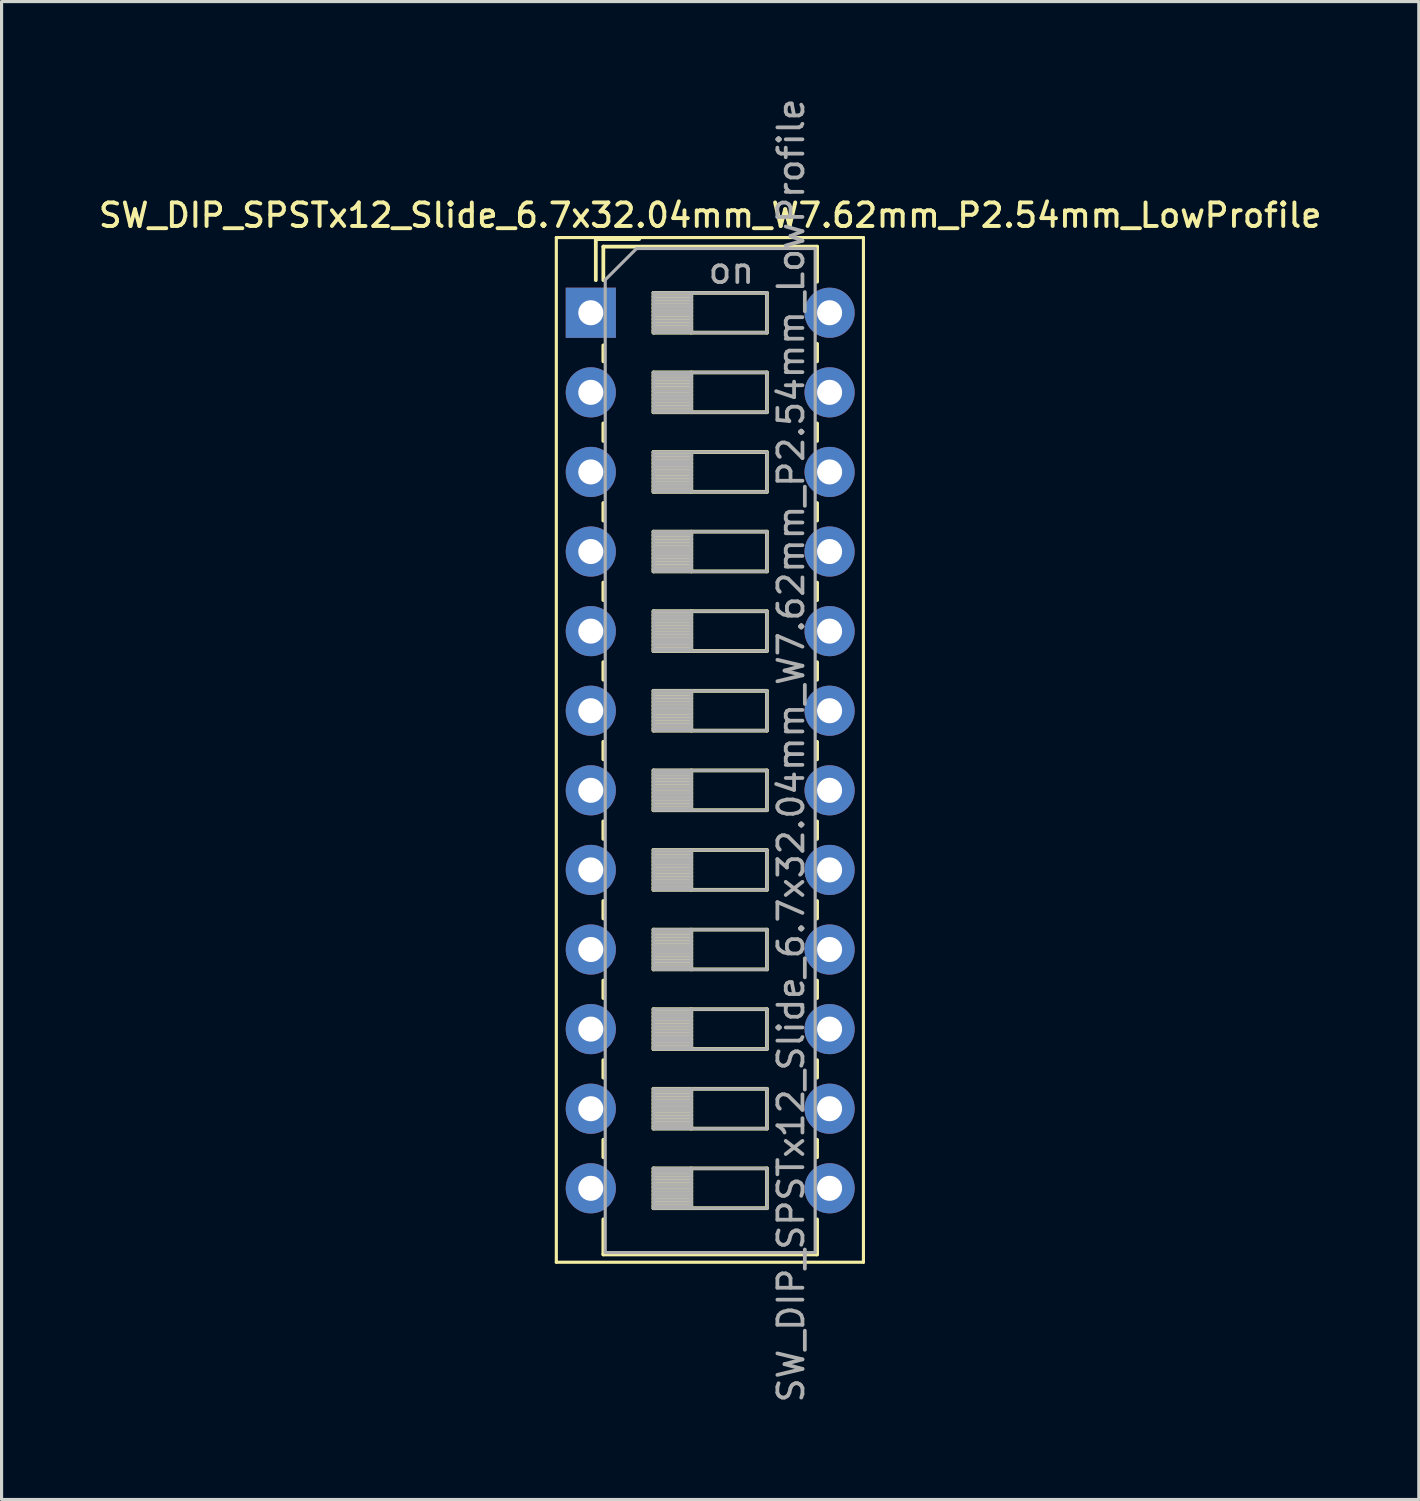
<source format=kicad_pcb>
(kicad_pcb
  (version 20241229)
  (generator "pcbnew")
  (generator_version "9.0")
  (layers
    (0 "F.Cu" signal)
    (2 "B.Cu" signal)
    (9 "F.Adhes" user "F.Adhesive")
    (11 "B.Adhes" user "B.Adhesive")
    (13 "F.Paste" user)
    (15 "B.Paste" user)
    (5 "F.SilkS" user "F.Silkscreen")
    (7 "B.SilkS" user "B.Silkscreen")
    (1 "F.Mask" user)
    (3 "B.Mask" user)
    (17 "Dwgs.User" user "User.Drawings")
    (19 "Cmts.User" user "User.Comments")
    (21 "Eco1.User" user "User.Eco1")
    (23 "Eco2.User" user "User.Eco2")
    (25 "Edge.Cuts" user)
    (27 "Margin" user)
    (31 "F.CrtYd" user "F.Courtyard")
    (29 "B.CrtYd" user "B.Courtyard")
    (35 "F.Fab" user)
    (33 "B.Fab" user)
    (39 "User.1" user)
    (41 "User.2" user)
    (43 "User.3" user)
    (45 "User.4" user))
  (footprint "SW_DIP_SPSTx12_Slide_6.7x32.04mm_W7.62mm_P2.54mm_LowProfile"
    (layer "F.Cu")
    (at 15.803 6.93)
    (property "Reference" "SW_DIP_SPSTx12_Slide_6.7x32.04mm_W7.62mm_P2.54mm_LowProfile" (at 3.81 -3.11 0) (layer "F.SilkS") (effects (font (size 0.75 0.75) (thickness 0.125))))
    (attr through_hole)
    (fp_line (start -1.1 -2.4) (end -1.1 30.3) (stroke (width 0.1) (type solid)) (layer "F.SilkS"))
    (fp_line (start -1.1 30.3) (end 8.7 30.3) (stroke (width 0.1) (type solid)) (layer "F.SilkS"))
    (fp_line (start 0.16 -2.35) (end 0.16 -1.04) (stroke (width 0.12) (type solid)) (layer "F.SilkS"))
    (fp_line (start 0.16 -2.35) (end 1.543 -2.35) (stroke (width 0.12) (type solid)) (layer "F.SilkS"))
    (fp_line (start 0.4 -2.11) (end 0.4 -1.04) (stroke (width 0.12) (type solid)) (layer "F.SilkS"))
    (fp_line (start 0.4 -2.11) (end 7.221 -2.11) (stroke (width 0.12) (type solid)) (layer "F.SilkS"))
    (fp_line (start 0.4 1.04) (end 0.4 1.551) (stroke (width 0.12) (type solid)) (layer "F.SilkS"))
    (fp_line (start 0.4 3.53) (end 0.4 4.091) (stroke (width 0.12) (type solid)) (layer "F.SilkS"))
    (fp_line (start 0.4 6.07) (end 0.4 6.631) (stroke (width 0.12) (type solid)) (layer "F.SilkS"))
    (fp_line (start 0.4 8.61) (end 0.4 9.17) (stroke (width 0.12) (type solid)) (layer "F.SilkS"))
    (fp_line (start 0.4 11.15) (end 0.4 11.71) (stroke (width 0.12) (type solid)) (layer "F.SilkS"))
    (fp_line (start 0.4 13.69) (end 0.4 14.25) (stroke (width 0.12) (type solid)) (layer "F.SilkS"))
    (fp_line (start 0.4 16.23) (end 0.4 16.79) (stroke (width 0.12) (type solid)) (layer "F.SilkS"))
    (fp_line (start 0.4 18.77) (end 0.4 19.33) (stroke (width 0.12) (type solid)) (layer "F.SilkS"))
    (fp_line (start 0.4 21.31) (end 0.4 21.87) (stroke (width 0.12) (type solid)) (layer "F.SilkS"))
    (fp_line (start 0.4 23.85) (end 0.4 24.41) (stroke (width 0.12) (type solid)) (layer "F.SilkS"))
    (fp_line (start 0.4 26.39) (end 0.4 26.95) (stroke (width 0.12) (type solid)) (layer "F.SilkS"))
    (fp_line (start 0.4 28.93) (end 0.4 30.05) (stroke (width 0.12) (type solid)) (layer "F.SilkS"))
    (fp_line (start 0.4 30.05) (end 7.221 30.05) (stroke (width 0.12) (type solid)) (layer "F.SilkS"))
    (fp_line (start 2 -0.635) (end 2 0.635) (stroke (width 0.12) (type solid)) (layer "F.SilkS"))
    (fp_line (start 2 -0.515) (end 3.207 -0.515) (stroke (width 0.12) (type solid)) (layer "F.SilkS"))
    (fp_line (start 2 -0.395) (end 3.207 -0.395) (stroke (width 0.12) (type solid)) (layer "F.SilkS"))
    (fp_line (start 2 -0.275) (end 3.207 -0.275) (stroke (width 0.12) (type solid)) (layer "F.SilkS"))
    (fp_line (start 2 -0.155) (end 3.207 -0.155) (stroke (width 0.12) (type solid)) (layer "F.SilkS"))
    (fp_line (start 2 -0.035) (end 3.207 -0.035) (stroke (width 0.12) (type solid)) (layer "F.SilkS"))
    (fp_line (start 2 0.085) (end 3.207 0.085) (stroke (width 0.12) (type solid)) (layer "F.SilkS"))
    (fp_line (start 2 0.205) (end 3.207 0.205) (stroke (width 0.12) (type solid)) (layer "F.SilkS"))
    (fp_line (start 2 0.325) (end 3.207 0.325) (stroke (width 0.12) (type solid)) (layer "F.SilkS"))
    (fp_line (start 2 0.445) (end 3.207 0.445) (stroke (width 0.12) (type solid)) (layer "F.SilkS"))
    (fp_line (start 2 0.565) (end 3.207 0.565) (stroke (width 0.12) (type solid)) (layer "F.SilkS"))
    (fp_line (start 2 0.635) (end 5.62 0.635) (stroke (width 0.12) (type solid)) (layer "F.SilkS"))
    (fp_line (start 2 1.905) (end 2 3.175) (stroke (width 0.12) (type solid)) (layer "F.SilkS"))
    (fp_line (start 2 2.025) (end 3.207 2.025) (stroke (width 0.12) (type solid)) (layer "F.SilkS"))
    (fp_line (start 2 2.145) (end 3.207 2.145) (stroke (width 0.12) (type solid)) (layer "F.SilkS"))
    (fp_line (start 2 2.265) (end 3.207 2.265) (stroke (width 0.12) (type solid)) (layer "F.SilkS"))
    (fp_line (start 2 2.385) (end 3.207 2.385) (stroke (width 0.12) (type solid)) (layer "F.SilkS"))
    (fp_line (start 2 2.505) (end 3.207 2.505) (stroke (width 0.12) (type solid)) (layer "F.SilkS"))
    (fp_line (start 2 2.625) (end 3.207 2.625) (stroke (width 0.12) (type solid)) (layer "F.SilkS"))
    (fp_line (start 2 2.745) (end 3.207 2.745) (stroke (width 0.12) (type solid)) (layer "F.SilkS"))
    (fp_line (start 2 2.865) (end 3.207 2.865) (stroke (width 0.12) (type solid)) (layer "F.SilkS"))
    (fp_line (start 2 2.985) (end 3.207 2.985) (stroke (width 0.12) (type solid)) (layer "F.SilkS"))
    (fp_line (start 2 3.105) (end 3.207 3.105) (stroke (width 0.12) (type solid)) (layer "F.SilkS"))
    (fp_line (start 2 3.175) (end 5.62 3.175) (stroke (width 0.12) (type solid)) (layer "F.SilkS"))
    (fp_line (start 2 4.445) (end 2 5.715) (stroke (width 0.12) (type solid)) (layer "F.SilkS"))
    (fp_line (start 2 4.565) (end 3.207 4.565) (stroke (width 0.12) (type solid)) (layer "F.SilkS"))
    (fp_line (start 2 4.685) (end 3.207 4.685) (stroke (width 0.12) (type solid)) (layer "F.SilkS"))
    (fp_line (start 2 4.805) (end 3.207 4.805) (stroke (width 0.12) (type solid)) (layer "F.SilkS"))
    (fp_line (start 2 4.925) (end 3.207 4.925) (stroke (width 0.12) (type solid)) (layer "F.SilkS"))
    (fp_line (start 2 5.045) (end 3.207 5.045) (stroke (width 0.12) (type solid)) (layer "F.SilkS"))
    (fp_line (start 2 5.165) (end 3.207 5.165) (stroke (width 0.12) (type solid)) (layer "F.SilkS"))
    (fp_line (start 2 5.285) (end 3.207 5.285) (stroke (width 0.12) (type solid)) (layer "F.SilkS"))
    (fp_line (start 2 5.405) (end 3.207 5.405) (stroke (width 0.12) (type solid)) (layer "F.SilkS"))
    (fp_line (start 2 5.525) (end 3.207 5.525) (stroke (width 0.12) (type solid)) (layer "F.SilkS"))
    (fp_line (start 2 5.645) (end 3.207 5.645) (stroke (width 0.12) (type solid)) (layer "F.SilkS"))
    (fp_line (start 2 5.715) (end 5.62 5.715) (stroke (width 0.12) (type solid)) (layer "F.SilkS"))
    (fp_line (start 2 6.985) (end 2 8.255) (stroke (width 0.12) (type solid)) (layer "F.SilkS"))
    (fp_line (start 2 7.105) (end 3.207 7.105) (stroke (width 0.12) (type solid)) (layer "F.SilkS"))
    (fp_line (start 2 7.225) (end 3.207 7.225) (stroke (width 0.12) (type solid)) (layer "F.SilkS"))
    (fp_line (start 2 7.345) (end 3.207 7.345) (stroke (width 0.12) (type solid)) (layer "F.SilkS"))
    (fp_line (start 2 7.465) (end 3.207 7.465) (stroke (width 0.12) (type solid)) (layer "F.SilkS"))
    (fp_line (start 2 7.585) (end 3.207 7.585) (stroke (width 0.12) (type solid)) (layer "F.SilkS"))
    (fp_line (start 2 7.705) (end 3.207 7.705) (stroke (width 0.12) (type solid)) (layer "F.SilkS"))
    (fp_line (start 2 7.825) (end 3.207 7.825) (stroke (width 0.12) (type solid)) (layer "F.SilkS"))
    (fp_line (start 2 7.945) (end 3.207 7.945) (stroke (width 0.12) (type solid)) (layer "F.SilkS"))
    (fp_line (start 2 8.065) (end 3.207 8.065) (stroke (width 0.12) (type solid)) (layer "F.SilkS"))
    (fp_line (start 2 8.185) (end 3.207 8.185) (stroke (width 0.12) (type solid)) (layer "F.SilkS"))
    (fp_line (start 2 8.255) (end 5.62 8.255) (stroke (width 0.12) (type solid)) (layer "F.SilkS"))
    (fp_line (start 2 9.525) (end 2 10.795) (stroke (width 0.12) (type solid)) (layer "F.SilkS"))
    (fp_line (start 2 9.645) (end 3.207 9.645) (stroke (width 0.12) (type solid)) (layer "F.SilkS"))
    (fp_line (start 2 9.765) (end 3.207 9.765) (stroke (width 0.12) (type solid)) (layer "F.SilkS"))
    (fp_line (start 2 9.885) (end 3.207 9.885) (stroke (width 0.12) (type solid)) (layer "F.SilkS"))
    (fp_line (start 2 10.005) (end 3.207 10.005) (stroke (width 0.12) (type solid)) (layer "F.SilkS"))
    (fp_line (start 2 10.125) (end 3.207 10.125) (stroke (width 0.12) (type solid)) (layer "F.SilkS"))
    (fp_line (start 2 10.245) (end 3.207 10.245) (stroke (width 0.12) (type solid)) (layer "F.SilkS"))
    (fp_line (start 2 10.365) (end 3.207 10.365) (stroke (width 0.12) (type solid)) (layer "F.SilkS"))
    (fp_line (start 2 10.485) (end 3.207 10.485) (stroke (width 0.12) (type solid)) (layer "F.SilkS"))
    (fp_line (start 2 10.605) (end 3.207 10.605) (stroke (width 0.12) (type solid)) (layer "F.SilkS"))
    (fp_line (start 2 10.725) (end 3.207 10.725) (stroke (width 0.12) (type solid)) (layer "F.SilkS"))
    (fp_line (start 2 10.795) (end 5.62 10.795) (stroke (width 0.12) (type solid)) (layer "F.SilkS"))
    (fp_line (start 2 12.065) (end 2 13.335) (stroke (width 0.12) (type solid)) (layer "F.SilkS"))
    (fp_line (start 2 12.185) (end 3.207 12.185) (stroke (width 0.12) (type solid)) (layer "F.SilkS"))
    (fp_line (start 2 12.305) (end 3.207 12.305) (stroke (width 0.12) (type solid)) (layer "F.SilkS"))
    (fp_line (start 2 12.425) (end 3.207 12.425) (stroke (width 0.12) (type solid)) (layer "F.SilkS"))
    (fp_line (start 2 12.545) (end 3.207 12.545) (stroke (width 0.12) (type solid)) (layer "F.SilkS"))
    (fp_line (start 2 12.665) (end 3.207 12.665) (stroke (width 0.12) (type solid)) (layer "F.SilkS"))
    (fp_line (start 2 12.785) (end 3.207 12.785) (stroke (width 0.12) (type solid)) (layer "F.SilkS"))
    (fp_line (start 2 12.905) (end 3.207 12.905) (stroke (width 0.12) (type solid)) (layer "F.SilkS"))
    (fp_line (start 2 13.025) (end 3.207 13.025) (stroke (width 0.12) (type solid)) (layer "F.SilkS"))
    (fp_line (start 2 13.145) (end 3.207 13.145) (stroke (width 0.12) (type solid)) (layer "F.SilkS"))
    (fp_line (start 2 13.265) (end 3.207 13.265) (stroke (width 0.12) (type solid)) (layer "F.SilkS"))
    (fp_line (start 2 13.335) (end 5.62 13.335) (stroke (width 0.12) (type solid)) (layer "F.SilkS"))
    (fp_line (start 2 14.605) (end 2 15.875) (stroke (width 0.12) (type solid)) (layer "F.SilkS"))
    (fp_line (start 2 14.725) (end 3.207 14.725) (stroke (width 0.12) (type solid)) (layer "F.SilkS"))
    (fp_line (start 2 14.845) (end 3.207 14.845) (stroke (width 0.12) (type solid)) (layer "F.SilkS"))
    (fp_line (start 2 14.965) (end 3.207 14.965) (stroke (width 0.12) (type solid)) (layer "F.SilkS"))
    (fp_line (start 2 15.085) (end 3.207 15.085) (stroke (width 0.12) (type solid)) (layer "F.SilkS"))
    (fp_line (start 2 15.205) (end 3.207 15.205) (stroke (width 0.12) (type solid)) (layer "F.SilkS"))
    (fp_line (start 2 15.325) (end 3.207 15.325) (stroke (width 0.12) (type solid)) (layer "F.SilkS"))
    (fp_line (start 2 15.445) (end 3.207 15.445) (stroke (width 0.12) (type solid)) (layer "F.SilkS"))
    (fp_line (start 2 15.565) (end 3.207 15.565) (stroke (width 0.12) (type solid)) (layer "F.SilkS"))
    (fp_line (start 2 15.685) (end 3.207 15.685) (stroke (width 0.12) (type solid)) (layer "F.SilkS"))
    (fp_line (start 2 15.805) (end 3.207 15.805) (stroke (width 0.12) (type solid)) (layer "F.SilkS"))
    (fp_line (start 2 15.875) (end 5.62 15.875) (stroke (width 0.12) (type solid)) (layer "F.SilkS"))
    (fp_line (start 2 17.145) (end 2 18.415) (stroke (width 0.12) (type solid)) (layer "F.SilkS"))
    (fp_line (start 2 17.265) (end 3.207 17.265) (stroke (width 0.12) (type solid)) (layer "F.SilkS"))
    (fp_line (start 2 17.385) (end 3.207 17.385) (stroke (width 0.12) (type solid)) (layer "F.SilkS"))
    (fp_line (start 2 17.505) (end 3.207 17.505) (stroke (width 0.12) (type solid)) (layer "F.SilkS"))
    (fp_line (start 2 17.625) (end 3.207 17.625) (stroke (width 0.12) (type solid)) (layer "F.SilkS"))
    (fp_line (start 2 17.745) (end 3.207 17.745) (stroke (width 0.12) (type solid)) (layer "F.SilkS"))
    (fp_line (start 2 17.865) (end 3.207 17.865) (stroke (width 0.12) (type solid)) (layer "F.SilkS"))
    (fp_line (start 2 17.985) (end 3.207 17.985) (stroke (width 0.12) (type solid)) (layer "F.SilkS"))
    (fp_line (start 2 18.105) (end 3.207 18.105) (stroke (width 0.12) (type solid)) (layer "F.SilkS"))
    (fp_line (start 2 18.225) (end 3.207 18.225) (stroke (width 0.12) (type solid)) (layer "F.SilkS"))
    (fp_line (start 2 18.345) (end 3.207 18.345) (stroke (width 0.12) (type solid)) (layer "F.SilkS"))
    (fp_line (start 2 18.415) (end 5.62 18.415) (stroke (width 0.12) (type solid)) (layer "F.SilkS"))
    (fp_line (start 2 19.685) (end 2 20.955) (stroke (width 0.12) (type solid)) (layer "F.SilkS"))
    (fp_line (start 2 19.805) (end 3.207 19.805) (stroke (width 0.12) (type solid)) (layer "F.SilkS"))
    (fp_line (start 2 19.925) (end 3.207 19.925) (stroke (width 0.12) (type solid)) (layer "F.SilkS"))
    (fp_line (start 2 20.045) (end 3.207 20.045) (stroke (width 0.12) (type solid)) (layer "F.SilkS"))
    (fp_line (start 2 20.165) (end 3.207 20.165) (stroke (width 0.12) (type solid)) (layer "F.SilkS"))
    (fp_line (start 2 20.285) (end 3.207 20.285) (stroke (width 0.12) (type solid)) (layer "F.SilkS"))
    (fp_line (start 2 20.405) (end 3.207 20.405) (stroke (width 0.12) (type solid)) (layer "F.SilkS"))
    (fp_line (start 2 20.525) (end 3.207 20.525) (stroke (width 0.12) (type solid)) (layer "F.SilkS"))
    (fp_line (start 2 20.645) (end 3.207 20.645) (stroke (width 0.12) (type solid)) (layer "F.SilkS"))
    (fp_line (start 2 20.765) (end 3.207 20.765) (stroke (width 0.12) (type solid)) (layer "F.SilkS"))
    (fp_line (start 2 20.885) (end 3.207 20.885) (stroke (width 0.12) (type solid)) (layer "F.SilkS"))
    (fp_line (start 2 20.955) (end 5.62 20.955) (stroke (width 0.12) (type solid)) (layer "F.SilkS"))
    (fp_line (start 2 22.225) (end 2 23.495) (stroke (width 0.12) (type solid)) (layer "F.SilkS"))
    (fp_line (start 2 22.345) (end 3.207 22.345) (stroke (width 0.12) (type solid)) (layer "F.SilkS"))
    (fp_line (start 2 22.465) (end 3.207 22.465) (stroke (width 0.12) (type solid)) (layer "F.SilkS"))
    (fp_line (start 2 22.585) (end 3.207 22.585) (stroke (width 0.12) (type solid)) (layer "F.SilkS"))
    (fp_line (start 2 22.705) (end 3.207 22.705) (stroke (width 0.12) (type solid)) (layer "F.SilkS"))
    (fp_line (start 2 22.825) (end 3.207 22.825) (stroke (width 0.12) (type solid)) (layer "F.SilkS"))
    (fp_line (start 2 22.945) (end 3.207 22.945) (stroke (width 0.12) (type solid)) (layer "F.SilkS"))
    (fp_line (start 2 23.065) (end 3.207 23.065) (stroke (width 0.12) (type solid)) (layer "F.SilkS"))
    (fp_line (start 2 23.185) (end 3.207 23.185) (stroke (width 0.12) (type solid)) (layer "F.SilkS"))
    (fp_line (start 2 23.305) (end 3.207 23.305) (stroke (width 0.12) (type solid)) (layer "F.SilkS"))
    (fp_line (start 2 23.425) (end 3.207 23.425) (stroke (width 0.12) (type solid)) (layer "F.SilkS"))
    (fp_line (start 2 23.495) (end 5.62 23.495) (stroke (width 0.12) (type solid)) (layer "F.SilkS"))
    (fp_line (start 2 24.765) (end 2 26.035) (stroke (width 0.12) (type solid)) (layer "F.SilkS"))
    (fp_line (start 2 24.885) (end 3.207 24.885) (stroke (width 0.12) (type solid)) (layer "F.SilkS"))
    (fp_line (start 2 25.005) (end 3.207 25.005) (stroke (width 0.12) (type solid)) (layer "F.SilkS"))
    (fp_line (start 2 25.125) (end 3.207 25.125) (stroke (width 0.12) (type solid)) (layer "F.SilkS"))
    (fp_line (start 2 25.245) (end 3.207 25.245) (stroke (width 0.12) (type solid)) (layer "F.SilkS"))
    (fp_line (start 2 25.365) (end 3.207 25.365) (stroke (width 0.12) (type solid)) (layer "F.SilkS"))
    (fp_line (start 2 25.485) (end 3.207 25.485) (stroke (width 0.12) (type solid)) (layer "F.SilkS"))
    (fp_line (start 2 25.605) (end 3.207 25.605) (stroke (width 0.12) (type solid)) (layer "F.SilkS"))
    (fp_line (start 2 25.725) (end 3.207 25.725) (stroke (width 0.12) (type solid)) (layer "F.SilkS"))
    (fp_line (start 2 25.845) (end 3.207 25.845) (stroke (width 0.12) (type solid)) (layer "F.SilkS"))
    (fp_line (start 2 25.965) (end 3.207 25.965) (stroke (width 0.12) (type solid)) (layer "F.SilkS"))
    (fp_line (start 2 26.035) (end 5.62 26.035) (stroke (width 0.12) (type solid)) (layer "F.SilkS"))
    (fp_line (start 2 27.305) (end 2 28.575) (stroke (width 0.12) (type solid)) (layer "F.SilkS"))
    (fp_line (start 2 27.425) (end 3.207 27.425) (stroke (width 0.12) (type solid)) (layer "F.SilkS"))
    (fp_line (start 2 27.545) (end 3.207 27.545) (stroke (width 0.12) (type solid)) (layer "F.SilkS"))
    (fp_line (start 2 27.665) (end 3.207 27.665) (stroke (width 0.12) (type solid)) (layer "F.SilkS"))
    (fp_line (start 2 27.785) (end 3.207 27.785) (stroke (width 0.12) (type solid)) (layer "F.SilkS"))
    (fp_line (start 2 27.905) (end 3.207 27.905) (stroke (width 0.12) (type solid)) (layer "F.SilkS"))
    (fp_line (start 2 28.025) (end 3.207 28.025) (stroke (width 0.12) (type solid)) (layer "F.SilkS"))
    (fp_line (start 2 28.145) (end 3.207 28.145) (stroke (width 0.12) (type solid)) (layer "F.SilkS"))
    (fp_line (start 2 28.265) (end 3.207 28.265) (stroke (width 0.12) (type solid)) (layer "F.SilkS"))
    (fp_line (start 2 28.385) (end 3.207 28.385) (stroke (width 0.12) (type solid)) (layer "F.SilkS"))
    (fp_line (start 2 28.505) (end 3.207 28.505) (stroke (width 0.12) (type solid)) (layer "F.SilkS"))
    (fp_line (start 2 28.575) (end 5.62 28.575) (stroke (width 0.12) (type solid)) (layer "F.SilkS"))
    (fp_line (start 3.207 -0.635) (end 3.207 0.635) (stroke (width 0.12) (type solid)) (layer "F.SilkS"))
    (fp_line (start 3.207 1.905) (end 3.207 3.175) (stroke (width 0.12) (type solid)) (layer "F.SilkS"))
    (fp_line (start 3.207 4.445) (end 3.207 5.715) (stroke (width 0.12) (type solid)) (layer "F.SilkS"))
    (fp_line (start 3.207 6.985) (end 3.207 8.255) (stroke (width 0.12) (type solid)) (layer "F.SilkS"))
    (fp_line (start 3.207 9.525) (end 3.207 10.795) (stroke (width 0.12) (type solid)) (layer "F.SilkS"))
    (fp_line (start 3.207 12.065) (end 3.207 13.335) (stroke (width 0.12) (type solid)) (layer "F.SilkS"))
    (fp_line (start 3.207 14.605) (end 3.207 15.875) (stroke (width 0.12) (type solid)) (layer "F.SilkS"))
    (fp_line (start 3.207 17.145) (end 3.207 18.415) (stroke (width 0.12) (type solid)) (layer "F.SilkS"))
    (fp_line (start 3.207 19.685) (end 3.207 20.955) (stroke (width 0.12) (type solid)) (layer "F.SilkS"))
    (fp_line (start 3.207 22.225) (end 3.207 23.495) (stroke (width 0.12) (type solid)) (layer "F.SilkS"))
    (fp_line (start 3.207 24.765) (end 3.207 26.035) (stroke (width 0.12) (type solid)) (layer "F.SilkS"))
    (fp_line (start 3.207 27.305) (end 3.207 28.575) (stroke (width 0.12) (type solid)) (layer "F.SilkS"))
    (fp_line (start 5.62 -0.635) (end 2 -0.635) (stroke (width 0.12) (type solid)) (layer "F.SilkS"))
    (fp_line (start 5.62 0.635) (end 5.62 -0.635) (stroke (width 0.12) (type solid)) (layer "F.SilkS"))
    (fp_line (start 5.62 1.905) (end 2 1.905) (stroke (width 0.12) (type solid)) (layer "F.SilkS"))
    (fp_line (start 5.62 3.175) (end 5.62 1.905) (stroke (width 0.12) (type solid)) (layer "F.SilkS"))
    (fp_line (start 5.62 4.445) (end 2 4.445) (stroke (width 0.12) (type solid)) (layer "F.SilkS"))
    (fp_line (start 5.62 5.715) (end 5.62 4.445) (stroke (width 0.12) (type solid)) (layer "F.SilkS"))
    (fp_line (start 5.62 6.985) (end 2 6.985) (stroke (width 0.12) (type solid)) (layer "F.SilkS"))
    (fp_line (start 5.62 8.255) (end 5.62 6.985) (stroke (width 0.12) (type solid)) (layer "F.SilkS"))
    (fp_line (start 5.62 9.525) (end 2 9.525) (stroke (width 0.12) (type solid)) (layer "F.SilkS"))
    (fp_line (start 5.62 10.795) (end 5.62 9.525) (stroke (width 0.12) (type solid)) (layer "F.SilkS"))
    (fp_line (start 5.62 12.065) (end 2 12.065) (stroke (width 0.12) (type solid)) (layer "F.SilkS"))
    (fp_line (start 5.62 13.335) (end 5.62 12.065) (stroke (width 0.12) (type solid)) (layer "F.SilkS"))
    (fp_line (start 5.62 14.605) (end 2 14.605) (stroke (width 0.12) (type solid)) (layer "F.SilkS"))
    (fp_line (start 5.62 15.875) (end 5.62 14.605) (stroke (width 0.12) (type solid)) (layer "F.SilkS"))
    (fp_line (start 5.62 17.145) (end 2 17.145) (stroke (width 0.12) (type solid)) (layer "F.SilkS"))
    (fp_line (start 5.62 18.415) (end 5.62 17.145) (stroke (width 0.12) (type solid)) (layer "F.SilkS"))
    (fp_line (start 5.62 19.685) (end 2 19.685) (stroke (width 0.12) (type solid)) (layer "F.SilkS"))
    (fp_line (start 5.62 20.955) (end 5.62 19.685) (stroke (width 0.12) (type solid)) (layer "F.SilkS"))
    (fp_line (start 5.62 22.225) (end 2 22.225) (stroke (width 0.12) (type solid)) (layer "F.SilkS"))
    (fp_line (start 5.62 23.495) (end 5.62 22.225) (stroke (width 0.12) (type solid)) (layer "F.SilkS"))
    (fp_line (start 5.62 24.765) (end 2 24.765) (stroke (width 0.12) (type solid)) (layer "F.SilkS"))
    (fp_line (start 5.62 26.035) (end 5.62 24.765) (stroke (width 0.12) (type solid)) (layer "F.SilkS"))
    (fp_line (start 5.62 27.305) (end 2 27.305) (stroke (width 0.12) (type solid)) (layer "F.SilkS"))
    (fp_line (start 5.62 28.575) (end 5.62 27.305) (stroke (width 0.12) (type solid)) (layer "F.SilkS"))
    (fp_line (start 7.221 -2.11) (end 7.221 -0.99) (stroke (width 0.12) (type solid)) (layer "F.SilkS"))
    (fp_line (start 7.221 0.991) (end 7.221 1.551) (stroke (width 0.12) (type solid)) (layer "F.SilkS"))
    (fp_line (start 7.221 3.531) (end 7.221 4.091) (stroke (width 0.12) (type solid)) (layer "F.SilkS"))
    (fp_line (start 7.221 6.071) (end 7.221 6.631) (stroke (width 0.12) (type solid)) (layer "F.SilkS"))
    (fp_line (start 7.221 8.611) (end 7.221 9.171) (stroke (width 0.12) (type solid)) (layer "F.SilkS"))
    (fp_line (start 7.221 11.151) (end 7.221 11.711) (stroke (width 0.12) (type solid)) (layer "F.SilkS"))
    (fp_line (start 7.221 13.691) (end 7.221 14.251) (stroke (width 0.12) (type solid)) (layer "F.SilkS"))
    (fp_line (start 7.221 16.231) (end 7.221 16.791) (stroke (width 0.12) (type solid)) (layer "F.SilkS"))
    (fp_line (start 7.221 18.771) (end 7.221 19.33) (stroke (width 0.12) (type solid)) (layer "F.SilkS"))
    (fp_line (start 7.221 21.311) (end 7.221 21.87) (stroke (width 0.12) (type solid)) (layer "F.SilkS"))
    (fp_line (start 7.221 23.851) (end 7.221 24.41) (stroke (width 0.12) (type solid)) (layer "F.SilkS"))
    (fp_line (start 7.221 26.391) (end 7.221 26.95) (stroke (width 0.12) (type solid)) (layer "F.SilkS"))
    (fp_line (start 7.221 28.931) (end 7.221 30.05) (stroke (width 0.12) (type solid)) (layer "F.SilkS"))
    (fp_line (start 8.7 -2.4) (end -1.1 -2.4) (stroke (width 0.1) (type solid)) (layer "F.SilkS"))
    (fp_line (start 8.7 30.3) (end 8.7 -2.4) (stroke (width 0.1) (type solid)) (layer "F.SilkS"))
    (fp_line (start 0.46 -1.05) (end 1.46 -2.05) (stroke (width 0.1) (type solid)) (layer "F.Fab"))
    (fp_line (start 0.46 29.99) (end 0.46 -1.05) (stroke (width 0.1) (type solid)) (layer "F.Fab"))
    (fp_line (start 1.46 -2.05) (end 7.16 -2.05) (stroke (width 0.1) (type solid)) (layer "F.Fab"))
    (fp_line (start 2 -0.635) (end 2 0.635) (stroke (width 0.1) (type solid)) (layer "F.Fab"))
    (fp_line (start 2 -0.535) (end 3.207 -0.535) (stroke (width 0.1) (type solid)) (layer "F.Fab"))
    (fp_line (start 2 -0.435) (end 3.207 -0.435) (stroke (width 0.1) (type solid)) (layer "F.Fab"))
    (fp_line (start 2 -0.335) (end 3.207 -0.335) (stroke (width 0.1) (type solid)) (layer "F.Fab"))
    (fp_line (start 2 -0.235) (end 3.207 -0.235) (stroke (width 0.1) (type solid)) (layer "F.Fab"))
    (fp_line (start 2 -0.135) (end 3.207 -0.135) (stroke (width 0.1) (type solid)) (layer "F.Fab"))
    (fp_line (start 2 -0.035) (end 3.207 -0.035) (stroke (width 0.1) (type solid)) (layer "F.Fab"))
    (fp_line (start 2 0.065) (end 3.207 0.065) (stroke (width 0.1) (type solid)) (layer "F.Fab"))
    (fp_line (start 2 0.165) (end 3.207 0.165) (stroke (width 0.1) (type solid)) (layer "F.Fab"))
    (fp_line (start 2 0.265) (end 3.207 0.265) (stroke (width 0.1) (type solid)) (layer "F.Fab"))
    (fp_line (start 2 0.365) (end 3.207 0.365) (stroke (width 0.1) (type solid)) (layer "F.Fab"))
    (fp_line (start 2 0.465) (end 3.207 0.465) (stroke (width 0.1) (type solid)) (layer "F.Fab"))
    (fp_line (start 2 0.565) (end 3.207 0.565) (stroke (width 0.1) (type solid)) (layer "F.Fab"))
    (fp_line (start 2 0.635) (end 5.62 0.635) (stroke (width 0.1) (type solid)) (layer "F.Fab"))
    (fp_line (start 2 1.905) (end 2 3.175) (stroke (width 0.1) (type solid)) (layer "F.Fab"))
    (fp_line (start 2 2.005) (end 3.207 2.005) (stroke (width 0.1) (type solid)) (layer "F.Fab"))
    (fp_line (start 2 2.105) (end 3.207 2.105) (stroke (width 0.1) (type solid)) (layer "F.Fab"))
    (fp_line (start 2 2.205) (end 3.207 2.205) (stroke (width 0.1) (type solid)) (layer "F.Fab"))
    (fp_line (start 2 2.305) (end 3.207 2.305) (stroke (width 0.1) (type solid)) (layer "F.Fab"))
    (fp_line (start 2 2.405) (end 3.207 2.405) (stroke (width 0.1) (type solid)) (layer "F.Fab"))
    (fp_line (start 2 2.505) (end 3.207 2.505) (stroke (width 0.1) (type solid)) (layer "F.Fab"))
    (fp_line (start 2 2.605) (end 3.207 2.605) (stroke (width 0.1) (type solid)) (layer "F.Fab"))
    (fp_line (start 2 2.705) (end 3.207 2.705) (stroke (width 0.1) (type solid)) (layer "F.Fab"))
    (fp_line (start 2 2.805) (end 3.207 2.805) (stroke (width 0.1) (type solid)) (layer "F.Fab"))
    (fp_line (start 2 2.905) (end 3.207 2.905) (stroke (width 0.1) (type solid)) (layer "F.Fab"))
    (fp_line (start 2 3.005) (end 3.207 3.005) (stroke (width 0.1) (type solid)) (layer "F.Fab"))
    (fp_line (start 2 3.105) (end 3.207 3.105) (stroke (width 0.1) (type solid)) (layer "F.Fab"))
    (fp_line (start 2 3.175) (end 5.62 3.175) (stroke (width 0.1) (type solid)) (layer "F.Fab"))
    (fp_line (start 2 4.445) (end 2 5.715) (stroke (width 0.1) (type solid)) (layer "F.Fab"))
    (fp_line (start 2 4.545) (end 3.207 4.545) (stroke (width 0.1) (type solid)) (layer "F.Fab"))
    (fp_line (start 2 4.645) (end 3.207 4.645) (stroke (width 0.1) (type solid)) (layer "F.Fab"))
    (fp_line (start 2 4.745) (end 3.207 4.745) (stroke (width 0.1) (type solid)) (layer "F.Fab"))
    (fp_line (start 2 4.845) (end 3.207 4.845) (stroke (width 0.1) (type solid)) (layer "F.Fab"))
    (fp_line (start 2 4.945) (end 3.207 4.945) (stroke (width 0.1) (type solid)) (layer "F.Fab"))
    (fp_line (start 2 5.045) (end 3.207 5.045) (stroke (width 0.1) (type solid)) (layer "F.Fab"))
    (fp_line (start 2 5.145) (end 3.207 5.145) (stroke (width 0.1) (type solid)) (layer "F.Fab"))
    (fp_line (start 2 5.245) (end 3.207 5.245) (stroke (width 0.1) (type solid)) (layer "F.Fab"))
    (fp_line (start 2 5.345) (end 3.207 5.345) (stroke (width 0.1) (type solid)) (layer "F.Fab"))
    (fp_line (start 2 5.445) (end 3.207 5.445) (stroke (width 0.1) (type solid)) (layer "F.Fab"))
    (fp_line (start 2 5.545) (end 3.207 5.545) (stroke (width 0.1) (type solid)) (layer "F.Fab"))
    (fp_line (start 2 5.645) (end 3.207 5.645) (stroke (width 0.1) (type solid)) (layer "F.Fab"))
    (fp_line (start 2 5.715) (end 5.62 5.715) (stroke (width 0.1) (type solid)) (layer "F.Fab"))
    (fp_line (start 2 6.985) (end 2 8.255) (stroke (width 0.1) (type solid)) (layer "F.Fab"))
    (fp_line (start 2 7.085) (end 3.207 7.085) (stroke (width 0.1) (type solid)) (layer "F.Fab"))
    (fp_line (start 2 7.185) (end 3.207 7.185) (stroke (width 0.1) (type solid)) (layer "F.Fab"))
    (fp_line (start 2 7.285) (end 3.207 7.285) (stroke (width 0.1) (type solid)) (layer "F.Fab"))
    (fp_line (start 2 7.385) (end 3.207 7.385) (stroke (width 0.1) (type solid)) (layer "F.Fab"))
    (fp_line (start 2 7.485) (end 3.207 7.485) (stroke (width 0.1) (type solid)) (layer "F.Fab"))
    (fp_line (start 2 7.585) (end 3.207 7.585) (stroke (width 0.1) (type solid)) (layer "F.Fab"))
    (fp_line (start 2 7.685) (end 3.207 7.685) (stroke (width 0.1) (type solid)) (layer "F.Fab"))
    (fp_line (start 2 7.785) (end 3.207 7.785) (stroke (width 0.1) (type solid)) (layer "F.Fab"))
    (fp_line (start 2 7.885) (end 3.207 7.885) (stroke (width 0.1) (type solid)) (layer "F.Fab"))
    (fp_line (start 2 7.985) (end 3.207 7.985) (stroke (width 0.1) (type solid)) (layer "F.Fab"))
    (fp_line (start 2 8.085) (end 3.207 8.085) (stroke (width 0.1) (type solid)) (layer "F.Fab"))
    (fp_line (start 2 8.185) (end 3.207 8.185) (stroke (width 0.1) (type solid)) (layer "F.Fab"))
    (fp_line (start 2 8.255) (end 5.62 8.255) (stroke (width 0.1) (type solid)) (layer "F.Fab"))
    (fp_line (start 2 9.525) (end 2 10.795) (stroke (width 0.1) (type solid)) (layer "F.Fab"))
    (fp_line (start 2 9.625) (end 3.207 9.625) (stroke (width 0.1) (type solid)) (layer "F.Fab"))
    (fp_line (start 2 9.725) (end 3.207 9.725) (stroke (width 0.1) (type solid)) (layer "F.Fab"))
    (fp_line (start 2 9.825) (end 3.207 9.825) (stroke (width 0.1) (type solid)) (layer "F.Fab"))
    (fp_line (start 2 9.925) (end 3.207 9.925) (stroke (width 0.1) (type solid)) (layer "F.Fab"))
    (fp_line (start 2 10.025) (end 3.207 10.025) (stroke (width 0.1) (type solid)) (layer "F.Fab"))
    (fp_line (start 2 10.125) (end 3.207 10.125) (stroke (width 0.1) (type solid)) (layer "F.Fab"))
    (fp_line (start 2 10.225) (end 3.207 10.225) (stroke (width 0.1) (type solid)) (layer "F.Fab"))
    (fp_line (start 2 10.325) (end 3.207 10.325) (stroke (width 0.1) (type solid)) (layer "F.Fab"))
    (fp_line (start 2 10.425) (end 3.207 10.425) (stroke (width 0.1) (type solid)) (layer "F.Fab"))
    (fp_line (start 2 10.525) (end 3.207 10.525) (stroke (width 0.1) (type solid)) (layer "F.Fab"))
    (fp_line (start 2 10.625) (end 3.207 10.625) (stroke (width 0.1) (type solid)) (layer "F.Fab"))
    (fp_line (start 2 10.725) (end 3.207 10.725) (stroke (width 0.1) (type solid)) (layer "F.Fab"))
    (fp_line (start 2 10.795) (end 5.62 10.795) (stroke (width 0.1) (type solid)) (layer "F.Fab"))
    (fp_line (start 2 12.065) (end 2 13.335) (stroke (width 0.1) (type solid)) (layer "F.Fab"))
    (fp_line (start 2 12.165) (end 3.207 12.165) (stroke (width 0.1) (type solid)) (layer "F.Fab"))
    (fp_line (start 2 12.265) (end 3.207 12.265) (stroke (width 0.1) (type solid)) (layer "F.Fab"))
    (fp_line (start 2 12.365) (end 3.207 12.365) (stroke (width 0.1) (type solid)) (layer "F.Fab"))
    (fp_line (start 2 12.465) (end 3.207 12.465) (stroke (width 0.1) (type solid)) (layer "F.Fab"))
    (fp_line (start 2 12.565) (end 3.207 12.565) (stroke (width 0.1) (type solid)) (layer "F.Fab"))
    (fp_line (start 2 12.665) (end 3.207 12.665) (stroke (width 0.1) (type solid)) (layer "F.Fab"))
    (fp_line (start 2 12.765) (end 3.207 12.765) (stroke (width 0.1) (type solid)) (layer "F.Fab"))
    (fp_line (start 2 12.865) (end 3.207 12.865) (stroke (width 0.1) (type solid)) (layer "F.Fab"))
    (fp_line (start 2 12.965) (end 3.207 12.965) (stroke (width 0.1) (type solid)) (layer "F.Fab"))
    (fp_line (start 2 13.065) (end 3.207 13.065) (stroke (width 0.1) (type solid)) (layer "F.Fab"))
    (fp_line (start 2 13.165) (end 3.207 13.165) (stroke (width 0.1) (type solid)) (layer "F.Fab"))
    (fp_line (start 2 13.265) (end 3.207 13.265) (stroke (width 0.1) (type solid)) (layer "F.Fab"))
    (fp_line (start 2 13.335) (end 5.62 13.335) (stroke (width 0.1) (type solid)) (layer "F.Fab"))
    (fp_line (start 2 14.605) (end 2 15.875) (stroke (width 0.1) (type solid)) (layer "F.Fab"))
    (fp_line (start 2 14.705) (end 3.207 14.705) (stroke (width 0.1) (type solid)) (layer "F.Fab"))
    (fp_line (start 2 14.805) (end 3.207 14.805) (stroke (width 0.1) (type solid)) (layer "F.Fab"))
    (fp_line (start 2 14.905) (end 3.207 14.905) (stroke (width 0.1) (type solid)) (layer "F.Fab"))
    (fp_line (start 2 15.005) (end 3.207 15.005) (stroke (width 0.1) (type solid)) (layer "F.Fab"))
    (fp_line (start 2 15.105) (end 3.207 15.105) (stroke (width 0.1) (type solid)) (layer "F.Fab"))
    (fp_line (start 2 15.205) (end 3.207 15.205) (stroke (width 0.1) (type solid)) (layer "F.Fab"))
    (fp_line (start 2 15.305) (end 3.207 15.305) (stroke (width 0.1) (type solid)) (layer "F.Fab"))
    (fp_line (start 2 15.405) (end 3.207 15.405) (stroke (width 0.1) (type solid)) (layer "F.Fab"))
    (fp_line (start 2 15.505) (end 3.207 15.505) (stroke (width 0.1) (type solid)) (layer "F.Fab"))
    (fp_line (start 2 15.605) (end 3.207 15.605) (stroke (width 0.1) (type solid)) (layer "F.Fab"))
    (fp_line (start 2 15.705) (end 3.207 15.705) (stroke (width 0.1) (type solid)) (layer "F.Fab"))
    (fp_line (start 2 15.805) (end 3.207 15.805) (stroke (width 0.1) (type solid)) (layer "F.Fab"))
    (fp_line (start 2 15.875) (end 5.62 15.875) (stroke (width 0.1) (type solid)) (layer "F.Fab"))
    (fp_line (start 2 17.145) (end 2 18.415) (stroke (width 0.1) (type solid)) (layer "F.Fab"))
    (fp_line (start 2 17.245) (end 3.207 17.245) (stroke (width 0.1) (type solid)) (layer "F.Fab"))
    (fp_line (start 2 17.345) (end 3.207 17.345) (stroke (width 0.1) (type solid)) (layer "F.Fab"))
    (fp_line (start 2 17.445) (end 3.207 17.445) (stroke (width 0.1) (type solid)) (layer "F.Fab"))
    (fp_line (start 2 17.545) (end 3.207 17.545) (stroke (width 0.1) (type solid)) (layer "F.Fab"))
    (fp_line (start 2 17.645) (end 3.207 17.645) (stroke (width 0.1) (type solid)) (layer "F.Fab"))
    (fp_line (start 2 17.745) (end 3.207 17.745) (stroke (width 0.1) (type solid)) (layer "F.Fab"))
    (fp_line (start 2 17.845) (end 3.207 17.845) (stroke (width 0.1) (type solid)) (layer "F.Fab"))
    (fp_line (start 2 17.945) (end 3.207 17.945) (stroke (width 0.1) (type solid)) (layer "F.Fab"))
    (fp_line (start 2 18.045) (end 3.207 18.045) (stroke (width 0.1) (type solid)) (layer "F.Fab"))
    (fp_line (start 2 18.145) (end 3.207 18.145) (stroke (width 0.1) (type solid)) (layer "F.Fab"))
    (fp_line (start 2 18.245) (end 3.207 18.245) (stroke (width 0.1) (type solid)) (layer "F.Fab"))
    (fp_line (start 2 18.345) (end 3.207 18.345) (stroke (width 0.1) (type solid)) (layer "F.Fab"))
    (fp_line (start 2 18.415) (end 5.62 18.415) (stroke (width 0.1) (type solid)) (layer "F.Fab"))
    (fp_line (start 2 19.685) (end 2 20.955) (stroke (width 0.1) (type solid)) (layer "F.Fab"))
    (fp_line (start 2 19.785) (end 3.207 19.785) (stroke (width 0.1) (type solid)) (layer "F.Fab"))
    (fp_line (start 2 19.885) (end 3.207 19.885) (stroke (width 0.1) (type solid)) (layer "F.Fab"))
    (fp_line (start 2 19.985) (end 3.207 19.985) (stroke (width 0.1) (type solid)) (layer "F.Fab"))
    (fp_line (start 2 20.085) (end 3.207 20.085) (stroke (width 0.1) (type solid)) (layer "F.Fab"))
    (fp_line (start 2 20.185) (end 3.207 20.185) (stroke (width 0.1) (type solid)) (layer "F.Fab"))
    (fp_line (start 2 20.285) (end 3.207 20.285) (stroke (width 0.1) (type solid)) (layer "F.Fab"))
    (fp_line (start 2 20.385) (end 3.207 20.385) (stroke (width 0.1) (type solid)) (layer "F.Fab"))
    (fp_line (start 2 20.485) (end 3.207 20.485) (stroke (width 0.1) (type solid)) (layer "F.Fab"))
    (fp_line (start 2 20.585) (end 3.207 20.585) (stroke (width 0.1) (type solid)) (layer "F.Fab"))
    (fp_line (start 2 20.685) (end 3.207 20.685) (stroke (width 0.1) (type solid)) (layer "F.Fab"))
    (fp_line (start 2 20.785) (end 3.207 20.785) (stroke (width 0.1) (type solid)) (layer "F.Fab"))
    (fp_line (start 2 20.885) (end 3.207 20.885) (stroke (width 0.1) (type solid)) (layer "F.Fab"))
    (fp_line (start 2 20.955) (end 5.62 20.955) (stroke (width 0.1) (type solid)) (layer "F.Fab"))
    (fp_line (start 2 22.225) (end 2 23.495) (stroke (width 0.1) (type solid)) (layer "F.Fab"))
    (fp_line (start 2 22.325) (end 3.207 22.325) (stroke (width 0.1) (type solid)) (layer "F.Fab"))
    (fp_line (start 2 22.425) (end 3.207 22.425) (stroke (width 0.1) (type solid)) (layer "F.Fab"))
    (fp_line (start 2 22.525) (end 3.207 22.525) (stroke (width 0.1) (type solid)) (layer "F.Fab"))
    (fp_line (start 2 22.625) (end 3.207 22.625) (stroke (width 0.1) (type solid)) (layer "F.Fab"))
    (fp_line (start 2 22.725) (end 3.207 22.725) (stroke (width 0.1) (type solid)) (layer "F.Fab"))
    (fp_line (start 2 22.825) (end 3.207 22.825) (stroke (width 0.1) (type solid)) (layer "F.Fab"))
    (fp_line (start 2 22.925) (end 3.207 22.925) (stroke (width 0.1) (type solid)) (layer "F.Fab"))
    (fp_line (start 2 23.025) (end 3.207 23.025) (stroke (width 0.1) (type solid)) (layer "F.Fab"))
    (fp_line (start 2 23.125) (end 3.207 23.125) (stroke (width 0.1) (type solid)) (layer "F.Fab"))
    (fp_line (start 2 23.225) (end 3.207 23.225) (stroke (width 0.1) (type solid)) (layer "F.Fab"))
    (fp_line (start 2 23.325) (end 3.207 23.325) (stroke (width 0.1) (type solid)) (layer "F.Fab"))
    (fp_line (start 2 23.425) (end 3.207 23.425) (stroke (width 0.1) (type solid)) (layer "F.Fab"))
    (fp_line (start 2 23.495) (end 5.62 23.495) (stroke (width 0.1) (type solid)) (layer "F.Fab"))
    (fp_line (start 2 24.765) (end 2 26.035) (stroke (width 0.1) (type solid)) (layer "F.Fab"))
    (fp_line (start 2 24.865) (end 3.207 24.865) (stroke (width 0.1) (type solid)) (layer "F.Fab"))
    (fp_line (start 2 24.965) (end 3.207 24.965) (stroke (width 0.1) (type solid)) (layer "F.Fab"))
    (fp_line (start 2 25.065) (end 3.207 25.065) (stroke (width 0.1) (type solid)) (layer "F.Fab"))
    (fp_line (start 2 25.165) (end 3.207 25.165) (stroke (width 0.1) (type solid)) (layer "F.Fab"))
    (fp_line (start 2 25.265) (end 3.207 25.265) (stroke (width 0.1) (type solid)) (layer "F.Fab"))
    (fp_line (start 2 25.365) (end 3.207 25.365) (stroke (width 0.1) (type solid)) (layer "F.Fab"))
    (fp_line (start 2 25.465) (end 3.207 25.465) (stroke (width 0.1) (type solid)) (layer "F.Fab"))
    (fp_line (start 2 25.565) (end 3.207 25.565) (stroke (width 0.1) (type solid)) (layer "F.Fab"))
    (fp_line (start 2 25.665) (end 3.207 25.665) (stroke (width 0.1) (type solid)) (layer "F.Fab"))
    (fp_line (start 2 25.765) (end 3.207 25.765) (stroke (width 0.1) (type solid)) (layer "F.Fab"))
    (fp_line (start 2 25.865) (end 3.207 25.865) (stroke (width 0.1) (type solid)) (layer "F.Fab"))
    (fp_line (start 2 25.965) (end 3.207 25.965) (stroke (width 0.1) (type solid)) (layer "F.Fab"))
    (fp_line (start 2 26.035) (end 5.62 26.035) (stroke (width 0.1) (type solid)) (layer "F.Fab"))
    (fp_line (start 2 27.305) (end 2 28.575) (stroke (width 0.1) (type solid)) (layer "F.Fab"))
    (fp_line (start 2 27.405) (end 3.207 27.405) (stroke (width 0.1) (type solid)) (layer "F.Fab"))
    (fp_line (start 2 27.505) (end 3.207 27.505) (stroke (width 0.1) (type solid)) (layer "F.Fab"))
    (fp_line (start 2 27.605) (end 3.207 27.605) (stroke (width 0.1) (type solid)) (layer "F.Fab"))
    (fp_line (start 2 27.705) (end 3.207 27.705) (stroke (width 0.1) (type solid)) (layer "F.Fab"))
    (fp_line (start 2 27.805) (end 3.207 27.805) (stroke (width 0.1) (type solid)) (layer "F.Fab"))
    (fp_line (start 2 27.905) (end 3.207 27.905) (stroke (width 0.1) (type solid)) (layer "F.Fab"))
    (fp_line (start 2 28.005) (end 3.207 28.005) (stroke (width 0.1) (type solid)) (layer "F.Fab"))
    (fp_line (start 2 28.105) (end 3.207 28.105) (stroke (width 0.1) (type solid)) (layer "F.Fab"))
    (fp_line (start 2 28.205) (end 3.207 28.205) (stroke (width 0.1) (type solid)) (layer "F.Fab"))
    (fp_line (start 2 28.305) (end 3.207 28.305) (stroke (width 0.1) (type solid)) (layer "F.Fab"))
    (fp_line (start 2 28.405) (end 3.207 28.405) (stroke (width 0.1) (type solid)) (layer "F.Fab"))
    (fp_line (start 2 28.505) (end 3.207 28.505) (stroke (width 0.1) (type solid)) (layer "F.Fab"))
    (fp_line (start 2 28.575) (end 5.62 28.575) (stroke (width 0.1) (type solid)) (layer "F.Fab"))
    (fp_line (start 3.207 -0.635) (end 3.207 0.635) (stroke (width 0.1) (type solid)) (layer "F.Fab"))
    (fp_line (start 3.207 1.905) (end 3.207 3.175) (stroke (width 0.1) (type solid)) (layer "F.Fab"))
    (fp_line (start 3.207 4.445) (end 3.207 5.715) (stroke (width 0.1) (type solid)) (layer "F.Fab"))
    (fp_line (start 3.207 6.985) (end 3.207 8.255) (stroke (width 0.1) (type solid)) (layer "F.Fab"))
    (fp_line (start 3.207 9.525) (end 3.207 10.795) (stroke (width 0.1) (type solid)) (layer "F.Fab"))
    (fp_line (start 3.207 12.065) (end 3.207 13.335) (stroke (width 0.1) (type solid)) (layer "F.Fab"))
    (fp_line (start 3.207 14.605) (end 3.207 15.875) (stroke (width 0.1) (type solid)) (layer "F.Fab"))
    (fp_line (start 3.207 17.145) (end 3.207 18.415) (stroke (width 0.1) (type solid)) (layer "F.Fab"))
    (fp_line (start 3.207 19.685) (end 3.207 20.955) (stroke (width 0.1) (type solid)) (layer "F.Fab"))
    (fp_line (start 3.207 22.225) (end 3.207 23.495) (stroke (width 0.1) (type solid)) (layer "F.Fab"))
    (fp_line (start 3.207 24.765) (end 3.207 26.035) (stroke (width 0.1) (type solid)) (layer "F.Fab"))
    (fp_line (start 3.207 27.305) (end 3.207 28.575) (stroke (width 0.1) (type solid)) (layer "F.Fab"))
    (fp_line (start 5.62 -0.635) (end 2 -0.635) (stroke (width 0.1) (type solid)) (layer "F.Fab"))
    (fp_line (start 5.62 0.635) (end 5.62 -0.635) (stroke (width 0.1) (type solid)) (layer "F.Fab"))
    (fp_line (start 5.62 1.905) (end 2 1.905) (stroke (width 0.1) (type solid)) (layer "F.Fab"))
    (fp_line (start 5.62 3.175) (end 5.62 1.905) (stroke (width 0.1) (type solid)) (layer "F.Fab"))
    (fp_line (start 5.62 4.445) (end 2 4.445) (stroke (width 0.1) (type solid)) (layer "F.Fab"))
    (fp_line (start 5.62 5.715) (end 5.62 4.445) (stroke (width 0.1) (type solid)) (layer "F.Fab"))
    (fp_line (start 5.62 6.985) (end 2 6.985) (stroke (width 0.1) (type solid)) (layer "F.Fab"))
    (fp_line (start 5.62 8.255) (end 5.62 6.985) (stroke (width 0.1) (type solid)) (layer "F.Fab"))
    (fp_line (start 5.62 9.525) (end 2 9.525) (stroke (width 0.1) (type solid)) (layer "F.Fab"))
    (fp_line (start 5.62 10.795) (end 5.62 9.525) (stroke (width 0.1) (type solid)) (layer "F.Fab"))
    (fp_line (start 5.62 12.065) (end 2 12.065) (stroke (width 0.1) (type solid)) (layer "F.Fab"))
    (fp_line (start 5.62 13.335) (end 5.62 12.065) (stroke (width 0.1) (type solid)) (layer "F.Fab"))
    (fp_line (start 5.62 14.605) (end 2 14.605) (stroke (width 0.1) (type solid)) (layer "F.Fab"))
    (fp_line (start 5.62 15.875) (end 5.62 14.605) (stroke (width 0.1) (type solid)) (layer "F.Fab"))
    (fp_line (start 5.62 17.145) (end 2 17.145) (stroke (width 0.1) (type solid)) (layer "F.Fab"))
    (fp_line (start 5.62 18.415) (end 5.62 17.145) (stroke (width 0.1) (type solid)) (layer "F.Fab"))
    (fp_line (start 5.62 19.685) (end 2 19.685) (stroke (width 0.1) (type solid)) (layer "F.Fab"))
    (fp_line (start 5.62 20.955) (end 5.62 19.685) (stroke (width 0.1) (type solid)) (layer "F.Fab"))
    (fp_line (start 5.62 22.225) (end 2 22.225) (stroke (width 0.1) (type solid)) (layer "F.Fab"))
    (fp_line (start 5.62 23.495) (end 5.62 22.225) (stroke (width 0.1) (type solid)) (layer "F.Fab"))
    (fp_line (start 5.62 24.765) (end 2 24.765) (stroke (width 0.1) (type solid)) (layer "F.Fab"))
    (fp_line (start 5.62 26.035) (end 5.62 24.765) (stroke (width 0.1) (type solid)) (layer "F.Fab"))
    (fp_line (start 5.62 27.305) (end 2 27.305) (stroke (width 0.1) (type solid)) (layer "F.Fab"))
    (fp_line (start 5.62 28.575) (end 5.62 27.305) (stroke (width 0.1) (type solid)) (layer "F.Fab"))
    (fp_line (start 7.16 -2.05) (end 7.16 29.99) (stroke (width 0.1) (type solid)) (layer "F.Fab"))
    (fp_line (start 7.16 29.99) (end 0.46 29.99) (stroke (width 0.1) (type solid)) (layer "F.Fab"))
    (fp_text user "${REFERENCE}" (at 6.39 13.97 90) (layer "F.Fab") (effects (font (size 0.8 0.8) (thickness 0.12))))
    (fp_text user "on" (at 4.485 -1.343 0) (layer "F.Fab") (effects (font (size 0.8 0.8) (thickness 0.12))))
    (pad "1" thru_hole rect (at 0 0) (size 1.6 1.6) (drill 0.8) (layers "*.Cu" "*.Mask"))
    (pad "2" thru_hole oval (at 0 2.54) (size 1.6 1.6) (drill 0.8) (layers "*.Cu" "*.Mask"))
    (pad "3" thru_hole oval (at 0 5.08) (size 1.6 1.6) (drill 0.8) (layers "*.Cu" "*.Mask"))
    (pad "4" thru_hole oval (at 0 7.62) (size 1.6 1.6) (drill 0.8) (layers "*.Cu" "*.Mask"))
    (pad "5" thru_hole oval (at 0 10.16) (size 1.6 1.6) (drill 0.8) (layers "*.Cu" "*.Mask"))
    (pad "6" thru_hole oval (at 0 12.7) (size 1.6 1.6) (drill 0.8) (layers "*.Cu" "*.Mask"))
    (pad "7" thru_hole oval (at 0 15.24) (size 1.6 1.6) (drill 0.8) (layers "*.Cu" "*.Mask"))
    (pad "8" thru_hole oval (at 0 17.78) (size 1.6 1.6) (drill 0.8) (layers "*.Cu" "*.Mask"))
    (pad "9" thru_hole oval (at 0 20.32) (size 1.6 1.6) (drill 0.8) (layers "*.Cu" "*.Mask"))
    (pad "10" thru_hole oval (at 0 22.86) (size 1.6 1.6) (drill 0.8) (layers "*.Cu" "*.Mask"))
    (pad "11" thru_hole oval (at 0 25.4) (size 1.6 1.6) (drill 0.8) (layers "*.Cu" "*.Mask"))
    (pad "12" thru_hole oval (at 0 27.94) (size 1.6 1.6) (drill 0.8) (layers "*.Cu" "*.Mask"))
    (pad "13" thru_hole oval (at 7.62 27.94) (size 1.6 1.6) (drill 0.8) (layers "*.Cu" "*.Mask"))
    (pad "14" thru_hole oval (at 7.62 25.4) (size 1.6 1.6) (drill 0.8) (layers "*.Cu" "*.Mask"))
    (pad "15" thru_hole oval (at 7.62 22.86) (size 1.6 1.6) (drill 0.8) (layers "*.Cu" "*.Mask"))
    (pad "16" thru_hole oval (at 7.62 20.32) (size 1.6 1.6) (drill 0.8) (layers "*.Cu" "*.Mask"))
    (pad "17" thru_hole oval (at 7.62 17.78) (size 1.6 1.6) (drill 0.8) (layers "*.Cu" "*.Mask"))
    (pad "18" thru_hole oval (at 7.62 15.24) (size 1.6 1.6) (drill 0.8) (layers "*.Cu" "*.Mask"))
    (pad "19" thru_hole oval (at 7.62 12.7) (size 1.6 1.6) (drill 0.8) (layers "*.Cu" "*.Mask"))
    (pad "20" thru_hole oval (at 7.62 10.16) (size 1.6 1.6) (drill 0.8) (layers "*.Cu" "*.Mask"))
    (pad "21" thru_hole oval (at 7.62 7.62) (size 1.6 1.6) (drill 0.8) (layers "*.Cu" "*.Mask"))
    (pad "22" thru_hole oval (at 7.62 5.08) (size 1.6 1.6) (drill 0.8) (layers "*.Cu" "*.Mask"))
    (pad "23" thru_hole oval (at 7.62 2.54) (size 1.6 1.6) (drill 0.8) (layers "*.Cu" "*.Mask"))
    (pad "24" thru_hole oval (at 7.62 0) (size 1.6 1.6) (drill 0.8) (layers "*.Cu" "*.Mask")))
  (gr_rect
    (start -3 -3)
    (end 42.225 44.8)
    (stroke (width 0.1) (type default))
    (fill no)
    (layer "Edge.Cuts")))
</source>
